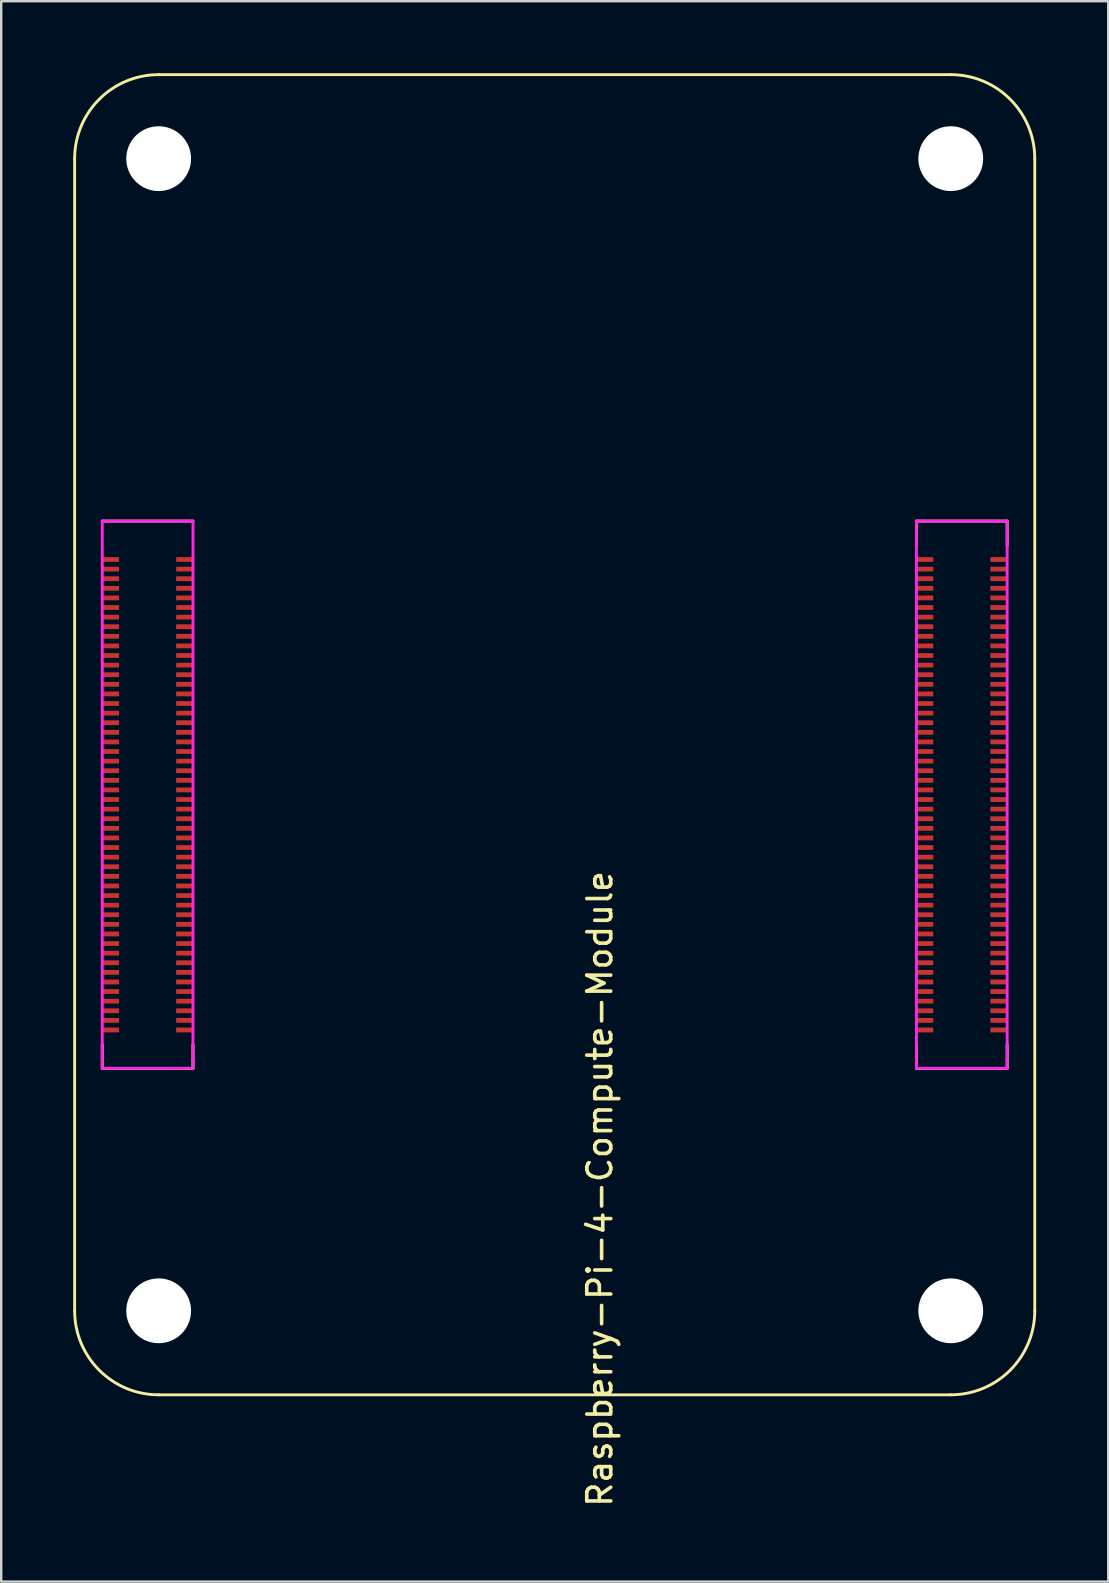
<source format=kicad_pcb>
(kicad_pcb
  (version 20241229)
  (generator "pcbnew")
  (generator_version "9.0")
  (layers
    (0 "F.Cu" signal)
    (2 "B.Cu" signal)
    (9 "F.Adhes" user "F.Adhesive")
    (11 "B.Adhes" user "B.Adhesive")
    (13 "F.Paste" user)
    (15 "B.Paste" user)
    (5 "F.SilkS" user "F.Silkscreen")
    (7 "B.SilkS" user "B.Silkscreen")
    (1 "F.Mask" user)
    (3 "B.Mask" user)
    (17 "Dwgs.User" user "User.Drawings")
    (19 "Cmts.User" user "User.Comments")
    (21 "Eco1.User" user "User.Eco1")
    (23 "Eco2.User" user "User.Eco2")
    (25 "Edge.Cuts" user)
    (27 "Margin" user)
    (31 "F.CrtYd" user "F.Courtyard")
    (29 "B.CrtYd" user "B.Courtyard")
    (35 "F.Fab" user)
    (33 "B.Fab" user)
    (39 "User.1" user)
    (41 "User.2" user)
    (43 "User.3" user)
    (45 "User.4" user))
  (footprint "Raspberry-Pi-4-Compute-Module"
    (layer "F.Cu")
    (at 20.06 30.06)
    (property "Reference" "Raspberry-Pi-4-Compute-Module" (at 1.88 16.42 90) (layer "F.SilkS") (effects (font (size 1 1) (thickness 0.15))))
    (attr smd)
    (fp_line (start -20 -26.5) (end -20 21.5) (stroke (width 0.12) (type solid)) (layer "F.SilkS"))
    (fp_line (start -18.85 -11.4) (end -15.07 -11.4) (stroke (width 0.12) (type solid)) (layer "F.SilkS"))
    (fp_line (start -18.85 11.4) (end -18.85 10.4) (stroke (width 0.12) (type solid)) (layer "F.SilkS"))
    (fp_line (start -18.85 11.4) (end -15.07 11.4) (stroke (width 0.12) (type solid)) (layer "F.SilkS"))
    (fp_line (start -16.5 25) (end 16.5 25) (stroke (width 0.12) (type solid)) (layer "F.SilkS"))
    (fp_line (start -15.07 11.4) (end -15.07 10.4) (stroke (width 0.12) (type solid)) (layer "F.SilkS"))
    (fp_line (start 15.07 -11.4) (end 15.07 -10.4) (stroke (width 0.12) (type solid)) (layer "F.SilkS"))
    (fp_line (start 15.07 -11.4) (end 18.85 -11.4) (stroke (width 0.12) (type solid)) (layer "F.SilkS"))
    (fp_line (start 15.07 11.4) (end 15.07 10.4) (stroke (width 0.12) (type solid)) (layer "F.SilkS"))
    (fp_line (start 15.07 11.4) (end 18.85 11.4) (stroke (width 0.12) (type solid)) (layer "F.SilkS"))
    (fp_line (start 16.5 -30) (end -16.5 -30) (stroke (width 0.12) (type solid)) (layer "F.SilkS"))
    (fp_line (start 18.85 -11.4) (end 18.85 -10.4) (stroke (width 0.12) (type solid)) (layer "F.SilkS"))
    (fp_line (start 18.85 11.4) (end 18.85 10.4) (stroke (width 0.12) (type solid)) (layer "F.SilkS"))
    (fp_line (start 20 21.5) (end 20 -26.5) (stroke (width 0.12) (type solid)) (layer "F.SilkS"))
    (fp_arc (start -20 -26.5) (mid -18.974874 -28.974874) (end -16.5 -30) (stroke (width 0.12) (type solid)) (layer "F.SilkS"))
    (fp_arc (start -16.5 25) (mid -18.974874 23.974874) (end -20 21.5) (stroke (width 0.12) (type solid)) (layer "F.SilkS"))
    (fp_arc (start 16.5 -30) (mid 18.974874 -28.974874) (end 20 -26.5) (stroke (width 0.12) (type solid)) (layer "F.SilkS"))
    (fp_arc (start 20 21.5) (mid 18.974874 23.974874) (end 16.5 25) (stroke (width 0.12) (type solid)) (layer "F.SilkS"))
    (fp_line (start -18.85 -11.4) (end -15.07 -11.4) (stroke (width 0.12) (type solid)) (layer "F.CrtYd"))
    (fp_line (start -18.85 11.4) (end -18.85 -11.4) (stroke (width 0.12) (type solid)) (layer "F.CrtYd"))
    (fp_line (start -15.07 -11.4) (end -15.07 11.4) (stroke (width 0.12) (type solid)) (layer "F.CrtYd"))
    (fp_line (start -15.07 11.4) (end -18.85 11.4) (stroke (width 0.12) (type solid)) (layer "F.CrtYd"))
    (fp_line (start 15.07 -11.4) (end 18.85 -11.4) (stroke (width 0.12) (type solid)) (layer "F.CrtYd"))
    (fp_line (start 15.07 11.4) (end 15.07 -11.4) (stroke (width 0.12) (type solid)) (layer "F.CrtYd"))
    (fp_line (start 18.85 -11.4) (end 18.85 11.4) (stroke (width 0.12) (type solid)) (layer "F.CrtYd"))
    (fp_line (start 18.85 11.4) (end 15.07 11.4) (stroke (width 0.12) (type solid)) (layer "F.CrtYd"))
    (pad "" np_thru_hole circle (at -16.5 -26.5) (size 2.7 2.7) (drill 2.7) (layers "*.Cu" "*.Mask"))
    (pad "" np_thru_hole circle (at -16.5 21.5) (size 2.7 2.7) (drill 2.7) (layers "*.Cu" "*.Mask"))
    (pad "" np_thru_hole circle (at 16.5 -26.5) (size 2.7 2.7) (drill 2.7) (layers "*.Cu" "*.Mask"))
    (pad "" np_thru_hole circle (at 16.5 21.5) (size 2.7 2.7) (drill 2.7) (layers "*.Cu" "*.Mask"))
    (pad "1" smd rect (at -18.5 -9.8 270) (size 0.2 0.7) (layers "F.Cu" "F.Mask" "F.Paste"))
    (pad "2" smd rect (at -15.42 -9.8 270) (size 0.2 0.7) (layers "F.Cu" "F.Mask" "F.Paste"))
    (pad "3" smd rect (at -18.5 -9.4 270) (size 0.2 0.7) (layers "F.Cu" "F.Mask" "F.Paste"))
    (pad "4" smd rect (at -15.42 -9.4 270) (size 0.2 0.7) (layers "F.Cu" "F.Mask" "F.Paste"))
    (pad "5" smd rect (at -18.5 -9 270) (size 0.2 0.7) (layers "F.Cu" "F.Mask" "F.Paste"))
    (pad "6" smd rect (at -15.42 -9 270) (size 0.2 0.7) (layers "F.Cu" "F.Mask" "F.Paste"))
    (pad "7" smd rect (at -18.5 -8.6 270) (size 0.2 0.7) (layers "F.Cu" "F.Mask" "F.Paste"))
    (pad "8" smd rect (at -15.42 -8.6 270) (size 0.2 0.7) (layers "F.Cu" "F.Mask" "F.Paste"))
    (pad "9" smd rect (at -18.5 -8.2 270) (size 0.2 0.7) (layers "F.Cu" "F.Mask" "F.Paste"))
    (pad "10" smd rect (at -15.42 -8.2 270) (size 0.2 0.7) (layers "F.Cu" "F.Mask" "F.Paste"))
    (pad "11" smd rect (at -18.5 -7.8 270) (size 0.2 0.7) (layers "F.Cu" "F.Mask" "F.Paste"))
    (pad "12" smd rect (at -15.42 -7.8 270) (size 0.2 0.7) (layers "F.Cu" "F.Mask" "F.Paste"))
    (pad "13" smd rect (at -18.5 -7.4 270) (size 0.2 0.7) (layers "F.Cu" "F.Mask" "F.Paste"))
    (pad "14" smd rect (at -15.42 -7.4 270) (size 0.2 0.7) (layers "F.Cu" "F.Mask" "F.Paste"))
    (pad "15" smd rect (at -18.5 -7 270) (size 0.2 0.7) (layers "F.Cu" "F.Mask" "F.Paste"))
    (pad "16" smd rect (at -15.42 -7 270) (size 0.2 0.7) (layers "F.Cu" "F.Mask" "F.Paste"))
    (pad "17" smd rect (at -18.5 -6.6 270) (size 0.2 0.7) (layers "F.Cu" "F.Mask" "F.Paste"))
    (pad "18" smd rect (at -15.42 -6.6 270) (size 0.2 0.7) (layers "F.Cu" "F.Mask" "F.Paste"))
    (pad "19" smd rect (at -18.5 -6.2 270) (size 0.2 0.7) (layers "F.Cu" "F.Mask" "F.Paste"))
    (pad "20" smd rect (at -15.42 -6.2 270) (size 0.2 0.7) (layers "F.Cu" "F.Mask" "F.Paste"))
    (pad "21" smd rect (at -18.5 -5.8 270) (size 0.2 0.7) (layers "F.Cu" "F.Mask" "F.Paste"))
    (pad "22" smd rect (at -15.42 -5.8 270) (size 0.2 0.7) (layers "F.Cu" "F.Mask" "F.Paste"))
    (pad "23" smd rect (at -18.5 -5.4 270) (size 0.2 0.7) (layers "F.Cu" "F.Mask" "F.Paste"))
    (pad "24" smd rect (at -15.42 -5.4 270) (size 0.2 0.7) (layers "F.Cu" "F.Mask" "F.Paste"))
    (pad "25" smd rect (at -18.5 -5 270) (size 0.2 0.7) (layers "F.Cu" "F.Mask" "F.Paste"))
    (pad "26" smd rect (at -15.42 -5 270) (size 0.2 0.7) (layers "F.Cu" "F.Mask" "F.Paste"))
    (pad "27" smd rect (at -18.5 -4.6 270) (size 0.2 0.7) (layers "F.Cu" "F.Mask" "F.Paste"))
    (pad "28" smd rect (at -15.42 -4.6 270) (size 0.2 0.7) (layers "F.Cu" "F.Mask" "F.Paste"))
    (pad "29" smd rect (at -18.5 -4.2 270) (size 0.2 0.7) (layers "F.Cu" "F.Mask" "F.Paste"))
    (pad "30" smd rect (at -15.42 -4.2 270) (size 0.2 0.7) (layers "F.Cu" "F.Mask" "F.Paste"))
    (pad "31" smd rect (at -18.5 -3.8 270) (size 0.2 0.7) (layers "F.Cu" "F.Mask" "F.Paste"))
    (pad "32" smd rect (at -15.42 -3.8 270) (size 0.2 0.7) (layers "F.Cu" "F.Mask" "F.Paste"))
    (pad "33" smd rect (at -18.5 -3.4 270) (size 0.2 0.7) (layers "F.Cu" "F.Mask" "F.Paste"))
    (pad "34" smd rect (at -15.42 -3.4 270) (size 0.2 0.7) (layers "F.Cu" "F.Mask" "F.Paste"))
    (pad "35" smd rect (at -18.5 -3 270) (size 0.2 0.7) (layers "F.Cu" "F.Mask" "F.Paste"))
    (pad "36" smd rect (at -15.42 -3 270) (size 0.2 0.7) (layers "F.Cu" "F.Mask" "F.Paste"))
    (pad "37" smd rect (at -18.5 -2.6 270) (size 0.2 0.7) (layers "F.Cu" "F.Mask" "F.Paste"))
    (pad "38" smd rect (at -15.42 -2.6 270) (size 0.2 0.7) (layers "F.Cu" "F.Mask" "F.Paste"))
    (pad "39" smd rect (at -18.5 -2.2 270) (size 0.2 0.7) (layers "F.Cu" "F.Mask" "F.Paste"))
    (pad "40" smd rect (at -15.42 -2.2 270) (size 0.2 0.7) (layers "F.Cu" "F.Mask" "F.Paste"))
    (pad "41" smd rect (at -18.5 -1.8 270) (size 0.2 0.7) (layers "F.Cu" "F.Mask" "F.Paste"))
    (pad "42" smd rect (at -15.42 -1.8 270) (size 0.2 0.7) (layers "F.Cu" "F.Mask" "F.Paste"))
    (pad "43" smd rect (at -18.5 -1.4 270) (size 0.2 0.7) (layers "F.Cu" "F.Mask" "F.Paste"))
    (pad "44" smd rect (at -15.42 -1.4 270) (size 0.2 0.7) (layers "F.Cu" "F.Mask" "F.Paste"))
    (pad "45" smd rect (at -18.5 -1 270) (size 0.2 0.7) (layers "F.Cu" "F.Mask" "F.Paste"))
    (pad "46" smd rect (at -15.42 -1 270) (size 0.2 0.7) (layers "F.Cu" "F.Mask" "F.Paste"))
    (pad "47" smd rect (at -18.5 -0.6 270) (size 0.2 0.7) (layers "F.Cu" "F.Mask" "F.Paste"))
    (pad "48" smd rect (at -15.42 -0.6 270) (size 0.2 0.7) (layers "F.Cu" "F.Mask" "F.Paste"))
    (pad "49" smd rect (at -18.5 -0.2 270) (size 0.2 0.7) (layers "F.Cu" "F.Mask" "F.Paste"))
    (pad "50" smd rect (at -15.42 -0.2 270) (size 0.2 0.7) (layers "F.Cu" "F.Mask" "F.Paste"))
    (pad "51" smd rect (at -18.5 0.2 270) (size 0.2 0.7) (layers "F.Cu" "F.Mask" "F.Paste"))
    (pad "52" smd rect (at -15.42 0.2 270) (size 0.2 0.7) (layers "F.Cu" "F.Mask" "F.Paste"))
    (pad "53" smd rect (at -18.5 0.6 270) (size 0.2 0.7) (layers "F.Cu" "F.Mask" "F.Paste"))
    (pad "54" smd rect (at -15.42 0.6 270) (size 0.2 0.7) (layers "F.Cu" "F.Mask" "F.Paste"))
    (pad "55" smd rect (at -18.5 1 270) (size 0.2 0.7) (layers "F.Cu" "F.Mask" "F.Paste"))
    (pad "56" smd rect (at -15.42 1 270) (size 0.2 0.7) (layers "F.Cu" "F.Mask" "F.Paste"))
    (pad "57" smd rect (at -18.5 1.4 270) (size 0.2 0.7) (layers "F.Cu" "F.Mask" "F.Paste"))
    (pad "58" smd rect (at -15.42 1.4 270) (size 0.2 0.7) (layers "F.Cu" "F.Mask" "F.Paste"))
    (pad "59" smd rect (at -18.5 1.8 270) (size 0.2 0.7) (layers "F.Cu" "F.Mask" "F.Paste"))
    (pad "60" smd rect (at -15.42 1.8 270) (size 0.2 0.7) (layers "F.Cu" "F.Mask" "F.Paste"))
    (pad "61" smd rect (at -18.5 2.2 270) (size 0.2 0.7) (layers "F.Cu" "F.Mask" "F.Paste"))
    (pad "62" smd rect (at -15.42 2.2 270) (size 0.2 0.7) (layers "F.Cu" "F.Mask" "F.Paste"))
    (pad "63" smd rect (at -18.5 2.6 270) (size 0.2 0.7) (layers "F.Cu" "F.Mask" "F.Paste"))
    (pad "64" smd rect (at -15.42 2.6 270) (size 0.2 0.7) (layers "F.Cu" "F.Mask" "F.Paste"))
    (pad "65" smd rect (at -18.5 3 270) (size 0.2 0.7) (layers "F.Cu" "F.Mask" "F.Paste"))
    (pad "66" smd rect (at -15.42 3 270) (size 0.2 0.7) (layers "F.Cu" "F.Mask" "F.Paste"))
    (pad "67" smd rect (at -18.5 3.4 270) (size 0.2 0.7) (layers "F.Cu" "F.Mask" "F.Paste"))
    (pad "68" smd rect (at -15.42 3.4 270) (size 0.2 0.7) (layers "F.Cu" "F.Mask" "F.Paste"))
    (pad "69" smd rect (at -18.5 3.8 270) (size 0.2 0.7) (layers "F.Cu" "F.Mask" "F.Paste"))
    (pad "70" smd rect (at -15.42 3.8 270) (size 0.2 0.7) (layers "F.Cu" "F.Mask" "F.Paste"))
    (pad "71" smd rect (at -18.5 4.2 270) (size 0.2 0.7) (layers "F.Cu" "F.Mask" "F.Paste"))
    (pad "72" smd rect (at -15.42 4.2 270) (size 0.2 0.7) (layers "F.Cu" "F.Mask" "F.Paste"))
    (pad "73" smd rect (at -18.5 4.6 270) (size 0.2 0.7) (layers "F.Cu" "F.Mask" "F.Paste"))
    (pad "74" smd rect (at -15.42 4.6 270) (size 0.2 0.7) (layers "F.Cu" "F.Mask" "F.Paste"))
    (pad "75" smd rect (at -18.5 5 270) (size 0.2 0.7) (layers "F.Cu" "F.Mask" "F.Paste"))
    (pad "76" smd rect (at -15.42 5 270) (size 0.2 0.7) (layers "F.Cu" "F.Mask" "F.Paste"))
    (pad "77" smd rect (at -18.5 5.4 270) (size 0.2 0.7) (layers "F.Cu" "F.Mask" "F.Paste"))
    (pad "78" smd rect (at -15.42 5.4 270) (size 0.2 0.7) (layers "F.Cu" "F.Mask" "F.Paste"))
    (pad "79" smd rect (at -18.5 5.8 270) (size 0.2 0.7) (layers "F.Cu" "F.Mask" "F.Paste"))
    (pad "80" smd rect (at -15.42 5.8 270) (size 0.2 0.7) (layers "F.Cu" "F.Mask" "F.Paste"))
    (pad "81" smd rect (at -18.5 6.2 270) (size 0.2 0.7) (layers "F.Cu" "F.Mask" "F.Paste"))
    (pad "82" smd rect (at -15.42 6.2 270) (size 0.2 0.7) (layers "F.Cu" "F.Mask" "F.Paste"))
    (pad "83" smd rect (at -18.5 6.6 270) (size 0.2 0.7) (layers "F.Cu" "F.Mask" "F.Paste"))
    (pad "84" smd rect (at -15.42 6.6 270) (size 0.2 0.7) (layers "F.Cu" "F.Mask" "F.Paste"))
    (pad "85" smd rect (at -18.5 7 270) (size 0.2 0.7) (layers "F.Cu" "F.Mask" "F.Paste"))
    (pad "86" smd rect (at -15.42 7 270) (size 0.2 0.7) (layers "F.Cu" "F.Mask" "F.Paste"))
    (pad "87" smd rect (at -18.5 7.4 270) (size 0.2 0.7) (layers "F.Cu" "F.Mask" "F.Paste"))
    (pad "88" smd rect (at -15.42 7.4 270) (size 0.2 0.7) (layers "F.Cu" "F.Mask" "F.Paste"))
    (pad "89" smd rect (at -18.5 7.8 270) (size 0.2 0.7) (layers "F.Cu" "F.Mask" "F.Paste"))
    (pad "90" smd rect (at -15.42 7.8 270) (size 0.2 0.7) (layers "F.Cu" "F.Mask" "F.Paste"))
    (pad "91" smd rect (at -18.5 8.2 270) (size 0.2 0.7) (layers "F.Cu" "F.Mask" "F.Paste"))
    (pad "92" smd rect (at -15.42 8.2 270) (size 0.2 0.7) (layers "F.Cu" "F.Mask" "F.Paste"))
    (pad "93" smd rect (at -18.5 8.6 270) (size 0.2 0.7) (layers "F.Cu" "F.Mask" "F.Paste"))
    (pad "94" smd rect (at -15.42 8.6 270) (size 0.2 0.7) (layers "F.Cu" "F.Mask" "F.Paste"))
    (pad "95" smd rect (at -18.5 9 270) (size 0.2 0.7) (layers "F.Cu" "F.Mask" "F.Paste"))
    (pad "96" smd rect (at -15.42 9 270) (size 0.2 0.7) (layers "F.Cu" "F.Mask" "F.Paste"))
    (pad "97" smd rect (at -18.5 9.4 270) (size 0.2 0.7) (layers "F.Cu" "F.Mask" "F.Paste"))
    (pad "98" smd rect (at -15.42 9.4 270) (size 0.2 0.7) (layers "F.Cu" "F.Mask" "F.Paste"))
    (pad "99" smd rect (at -18.5 9.8 270) (size 0.2 0.7) (layers "F.Cu" "F.Mask" "F.Paste"))
    (pad "100" smd rect (at -15.42 9.8 270) (size 0.2 0.7) (layers "F.Cu" "F.Mask" "F.Paste"))
    (pad "101" smd rect (at 15.42 -9.8 270) (size 0.2 0.7) (layers "F.Cu" "F.Mask" "F.Paste"))
    (pad "102" smd rect (at 18.5 -9.8 270) (size 0.2 0.7) (layers "F.Cu" "F.Mask" "F.Paste"))
    (pad "103" smd rect (at 15.42 -9.4 270) (size 0.2 0.7) (layers "F.Cu" "F.Mask" "F.Paste"))
    (pad "104" smd rect (at 18.5 -9.4 270) (size 0.2 0.7) (layers "F.Cu" "F.Mask" "F.Paste"))
    (pad "105" smd rect (at 15.42 -9 270) (size 0.2 0.7) (layers "F.Cu" "F.Mask" "F.Paste"))
    (pad "106" smd rect (at 18.5 -9 270) (size 0.2 0.7) (layers "F.Cu" "F.Mask" "F.Paste"))
    (pad "107" smd rect (at 15.42 -8.6 270) (size 0.2 0.7) (layers "F.Cu" "F.Mask" "F.Paste"))
    (pad "108" smd rect (at 18.5 -8.6 270) (size 0.2 0.7) (layers "F.Cu" "F.Mask" "F.Paste"))
    (pad "109" smd rect (at 15.42 -8.2 270) (size 0.2 0.7) (layers "F.Cu" "F.Mask" "F.Paste"))
    (pad "110" smd rect (at 18.5 -8.2 270) (size 0.2 0.7) (layers "F.Cu" "F.Mask" "F.Paste"))
    (pad "111" smd rect (at 15.42 -7.8 270) (size 0.2 0.7) (layers "F.Cu" "F.Mask" "F.Paste"))
    (pad "112" smd rect (at 18.5 -7.8 270) (size 0.2 0.7) (layers "F.Cu" "F.Mask" "F.Paste"))
    (pad "113" smd rect (at 15.42 -7.4 270) (size 0.2 0.7) (layers "F.Cu" "F.Mask" "F.Paste"))
    (pad "114" smd rect (at 18.5 -7.4 270) (size 0.2 0.7) (layers "F.Cu" "F.Mask" "F.Paste"))
    (pad "115" smd rect (at 15.42 -7 270) (size 0.2 0.7) (layers "F.Cu" "F.Mask" "F.Paste"))
    (pad "116" smd rect (at 18.5 -7 270) (size 0.2 0.7) (layers "F.Cu" "F.Mask" "F.Paste"))
    (pad "117" smd rect (at 15.42 -6.6 270) (size 0.2 0.7) (layers "F.Cu" "F.Mask" "F.Paste"))
    (pad "118" smd rect (at 18.5 -6.6 270) (size 0.2 0.7) (layers "F.Cu" "F.Mask" "F.Paste"))
    (pad "119" smd rect (at 15.42 -6.2 270) (size 0.2 0.7) (layers "F.Cu" "F.Mask" "F.Paste"))
    (pad "120" smd rect (at 18.5 -6.2 270) (size 0.2 0.7) (layers "F.Cu" "F.Mask" "F.Paste"))
    (pad "121" smd rect (at 15.42 -5.8 270) (size 0.2 0.7) (layers "F.Cu" "F.Mask" "F.Paste"))
    (pad "122" smd rect (at 18.5 -5.8 270) (size 0.2 0.7) (layers "F.Cu" "F.Mask" "F.Paste"))
    (pad "123" smd rect (at 15.42 -5.4 270) (size 0.2 0.7) (layers "F.Cu" "F.Mask" "F.Paste"))
    (pad "124" smd rect (at 18.5 -5.4 270) (size 0.2 0.7) (layers "F.Cu" "F.Mask" "F.Paste"))
    (pad "125" smd rect (at 15.42 -5 270) (size 0.2 0.7) (layers "F.Cu" "F.Mask" "F.Paste"))
    (pad "126" smd rect (at 18.5 -5 270) (size 0.2 0.7) (layers "F.Cu" "F.Mask" "F.Paste"))
    (pad "127" smd rect (at 15.42 -4.6 270) (size 0.2 0.7) (layers "F.Cu" "F.Mask" "F.Paste"))
    (pad "128" smd rect (at 18.5 -4.6 270) (size 0.2 0.7) (layers "F.Cu" "F.Mask" "F.Paste"))
    (pad "129" smd rect (at 15.42 -4.2 270) (size 0.2 0.7) (layers "F.Cu" "F.Mask" "F.Paste"))
    (pad "130" smd rect (at 18.5 -4.2 270) (size 0.2 0.7) (layers "F.Cu" "F.Mask" "F.Paste"))
    (pad "131" smd rect (at 15.42 -3.8 270) (size 0.2 0.7) (layers "F.Cu" "F.Mask" "F.Paste"))
    (pad "132" smd rect (at 18.5 -3.8 270) (size 0.2 0.7) (layers "F.Cu" "F.Mask" "F.Paste"))
    (pad "133" smd rect (at 15.42 -3.4 270) (size 0.2 0.7) (layers "F.Cu" "F.Mask" "F.Paste"))
    (pad "134" smd rect (at 18.5 -3.4 270) (size 0.2 0.7) (layers "F.Cu" "F.Mask" "F.Paste"))
    (pad "135" smd rect (at 15.42 -3 270) (size 0.2 0.7) (layers "F.Cu" "F.Mask" "F.Paste"))
    (pad "136" smd rect (at 18.5 -3 270) (size 0.2 0.7) (layers "F.Cu" "F.Mask" "F.Paste"))
    (pad "137" smd rect (at 15.42 -2.6 270) (size 0.2 0.7) (layers "F.Cu" "F.Mask" "F.Paste"))
    (pad "138" smd rect (at 18.5 -2.6 270) (size 0.2 0.7) (layers "F.Cu" "F.Mask" "F.Paste"))
    (pad "139" smd rect (at 15.42 -2.2 270) (size 0.2 0.7) (layers "F.Cu" "F.Mask" "F.Paste"))
    (pad "140" smd rect (at 18.5 -2.2 270) (size 0.2 0.7) (layers "F.Cu" "F.Mask" "F.Paste"))
    (pad "141" smd rect (at 15.42 -1.8 270) (size 0.2 0.7) (layers "F.Cu" "F.Mask" "F.Paste"))
    (pad "142" smd rect (at 18.5 -1.8 270) (size 0.2 0.7) (layers "F.Cu" "F.Mask" "F.Paste"))
    (pad "143" smd rect (at 15.42 -1.4 270) (size 0.2 0.7) (layers "F.Cu" "F.Mask" "F.Paste"))
    (pad "144" smd rect (at 18.5 -1.4 270) (size 0.2 0.7) (layers "F.Cu" "F.Mask" "F.Paste"))
    (pad "145" smd rect (at 15.42 -1 270) (size 0.2 0.7) (layers "F.Cu" "F.Mask" "F.Paste"))
    (pad "146" smd rect (at 18.5 -1 270) (size 0.2 0.7) (layers "F.Cu" "F.Mask" "F.Paste"))
    (pad "147" smd rect (at 15.42 -0.6 270) (size 0.2 0.7) (layers "F.Cu" "F.Mask" "F.Paste"))
    (pad "148" smd rect (at 18.5 -0.6 270) (size 0.2 0.7) (layers "F.Cu" "F.Mask" "F.Paste"))
    (pad "149" smd rect (at 15.42 -0.2 270) (size 0.2 0.7) (layers "F.Cu" "F.Mask" "F.Paste"))
    (pad "150" smd rect (at 18.5 -0.2 270) (size 0.2 0.7) (layers "F.Cu" "F.Mask" "F.Paste"))
    (pad "151" smd rect (at 15.42 0.2 270) (size 0.2 0.7) (layers "F.Cu" "F.Mask" "F.Paste"))
    (pad "152" smd rect (at 18.5 0.2 270) (size 0.2 0.7) (layers "F.Cu" "F.Mask" "F.Paste"))
    (pad "153" smd rect (at 15.42 0.6 270) (size 0.2 0.7) (layers "F.Cu" "F.Mask" "F.Paste"))
    (pad "154" smd rect (at 18.5 0.6 270) (size 0.2 0.7) (layers "F.Cu" "F.Mask" "F.Paste"))
    (pad "155" smd rect (at 15.42 1 270) (size 0.2 0.7) (layers "F.Cu" "F.Mask" "F.Paste"))
    (pad "156" smd rect (at 18.5 1 270) (size 0.2 0.7) (layers "F.Cu" "F.Mask" "F.Paste"))
    (pad "157" smd rect (at 15.42 1.4 270) (size 0.2 0.7) (layers "F.Cu" "F.Mask" "F.Paste"))
    (pad "158" smd rect (at 18.5 1.4 270) (size 0.2 0.7) (layers "F.Cu" "F.Mask" "F.Paste"))
    (pad "159" smd rect (at 15.42 1.8 270) (size 0.2 0.7) (layers "F.Cu" "F.Mask" "F.Paste"))
    (pad "160" smd rect (at 18.5 1.8 270) (size 0.2 0.7) (layers "F.Cu" "F.Mask" "F.Paste"))
    (pad "161" smd rect (at 15.42 2.2 270) (size 0.2 0.7) (layers "F.Cu" "F.Mask" "F.Paste"))
    (pad "162" smd rect (at 18.5 2.2 270) (size 0.2 0.7) (layers "F.Cu" "F.Mask" "F.Paste"))
    (pad "163" smd rect (at 15.42 2.6 270) (size 0.2 0.7) (layers "F.Cu" "F.Mask" "F.Paste"))
    (pad "164" smd rect (at 18.5 2.6 270) (size 0.2 0.7) (layers "F.Cu" "F.Mask" "F.Paste"))
    (pad "165" smd rect (at 15.42 3 270) (size 0.2 0.7) (layers "F.Cu" "F.Mask" "F.Paste"))
    (pad "166" smd rect (at 18.5 3 270) (size 0.2 0.7) (layers "F.Cu" "F.Mask" "F.Paste"))
    (pad "167" smd rect (at 15.42 3.4 270) (size 0.2 0.7) (layers "F.Cu" "F.Mask" "F.Paste"))
    (pad "168" smd rect (at 18.5 3.4 270) (size 0.2 0.7) (layers "F.Cu" "F.Mask" "F.Paste"))
    (pad "169" smd rect (at 15.42 3.8 270) (size 0.2 0.7) (layers "F.Cu" "F.Mask" "F.Paste"))
    (pad "170" smd rect (at 18.5 3.8 270) (size 0.2 0.7) (layers "F.Cu" "F.Mask" "F.Paste"))
    (pad "171" smd rect (at 15.42 4.2 270) (size 0.2 0.7) (layers "F.Cu" "F.Mask" "F.Paste"))
    (pad "172" smd rect (at 18.5 4.2 270) (size 0.2 0.7) (layers "F.Cu" "F.Mask" "F.Paste"))
    (pad "173" smd rect (at 15.42 4.6 270) (size 0.2 0.7) (layers "F.Cu" "F.Mask" "F.Paste"))
    (pad "174" smd rect (at 18.5 4.6 270) (size 0.2 0.7) (layers "F.Cu" "F.Mask" "F.Paste"))
    (pad "175" smd rect (at 15.42 5 270) (size 0.2 0.7) (layers "F.Cu" "F.Mask" "F.Paste"))
    (pad "176" smd rect (at 18.5 5 270) (size 0.2 0.7) (layers "F.Cu" "F.Mask" "F.Paste"))
    (pad "177" smd rect (at 15.42 5.4 270) (size 0.2 0.7) (layers "F.Cu" "F.Mask" "F.Paste"))
    (pad "178" smd rect (at 18.5 5.4 270) (size 0.2 0.7) (layers "F.Cu" "F.Mask" "F.Paste"))
    (pad "179" smd rect (at 15.42 5.8 270) (size 0.2 0.7) (layers "F.Cu" "F.Mask" "F.Paste"))
    (pad "180" smd rect (at 18.5 5.8 270) (size 0.2 0.7) (layers "F.Cu" "F.Mask" "F.Paste"))
    (pad "181" smd rect (at 15.42 6.2 270) (size 0.2 0.7) (layers "F.Cu" "F.Mask" "F.Paste"))
    (pad "182" smd rect (at 18.5 6.2 270) (size 0.2 0.7) (layers "F.Cu" "F.Mask" "F.Paste"))
    (pad "183" smd rect (at 15.42 6.6 270) (size 0.2 0.7) (layers "F.Cu" "F.Mask" "F.Paste"))
    (pad "184" smd rect (at 18.5 6.6 270) (size 0.2 0.7) (layers "F.Cu" "F.Mask" "F.Paste"))
    (pad "185" smd rect (at 15.42 7 270) (size 0.2 0.7) (layers "F.Cu" "F.Mask" "F.Paste"))
    (pad "186" smd rect (at 18.5 7 270) (size 0.2 0.7) (layers "F.Cu" "F.Mask" "F.Paste"))
    (pad "187" smd rect (at 15.42 7.4 270) (size 0.2 0.7) (layers "F.Cu" "F.Mask" "F.Paste"))
    (pad "188" smd rect (at 18.5 7.4 270) (size 0.2 0.7) (layers "F.Cu" "F.Mask" "F.Paste"))
    (pad "189" smd rect (at 15.42 7.8 270) (size 0.2 0.7) (layers "F.Cu" "F.Mask" "F.Paste"))
    (pad "190" smd rect (at 18.5 7.8 270) (size 0.2 0.7) (layers "F.Cu" "F.Mask" "F.Paste"))
    (pad "191" smd rect (at 15.42 8.2 270) (size 0.2 0.7) (layers "F.Cu" "F.Mask" "F.Paste"))
    (pad "192" smd rect (at 18.5 8.2 270) (size 0.2 0.7) (layers "F.Cu" "F.Mask" "F.Paste"))
    (pad "193" smd rect (at 15.42 8.6 270) (size 0.2 0.7) (layers "F.Cu" "F.Mask" "F.Paste"))
    (pad "194" smd rect (at 18.5 8.6 270) (size 0.2 0.7) (layers "F.Cu" "F.Mask" "F.Paste"))
    (pad "195" smd rect (at 15.42 9 270) (size 0.2 0.7) (layers "F.Cu" "F.Mask" "F.Paste"))
    (pad "196" smd rect (at 18.5 9 270) (size 0.2 0.7) (layers "F.Cu" "F.Mask" "F.Paste"))
    (pad "197" smd rect (at 15.42 9.4 270) (size 0.2 0.7) (layers "F.Cu" "F.Mask" "F.Paste"))
    (pad "198" smd rect (at 18.5 9.4 270) (size 0.2 0.7) (layers "F.Cu" "F.Mask" "F.Paste"))
    (pad "199" smd rect (at 15.42 9.8 270) (size 0.2 0.7) (layers "F.Cu" "F.Mask" "F.Paste"))
    (pad "200" smd rect (at 18.5 9.8 270) (size 0.2 0.7) (layers "F.Cu" "F.Mask" "F.Paste")))
  (gr_rect
    (start -3 -3)
    (end 43.12 62.843)
    (stroke (width 0.1) (type default))
    (fill no)
    (layer "Edge.Cuts")))
</source>
